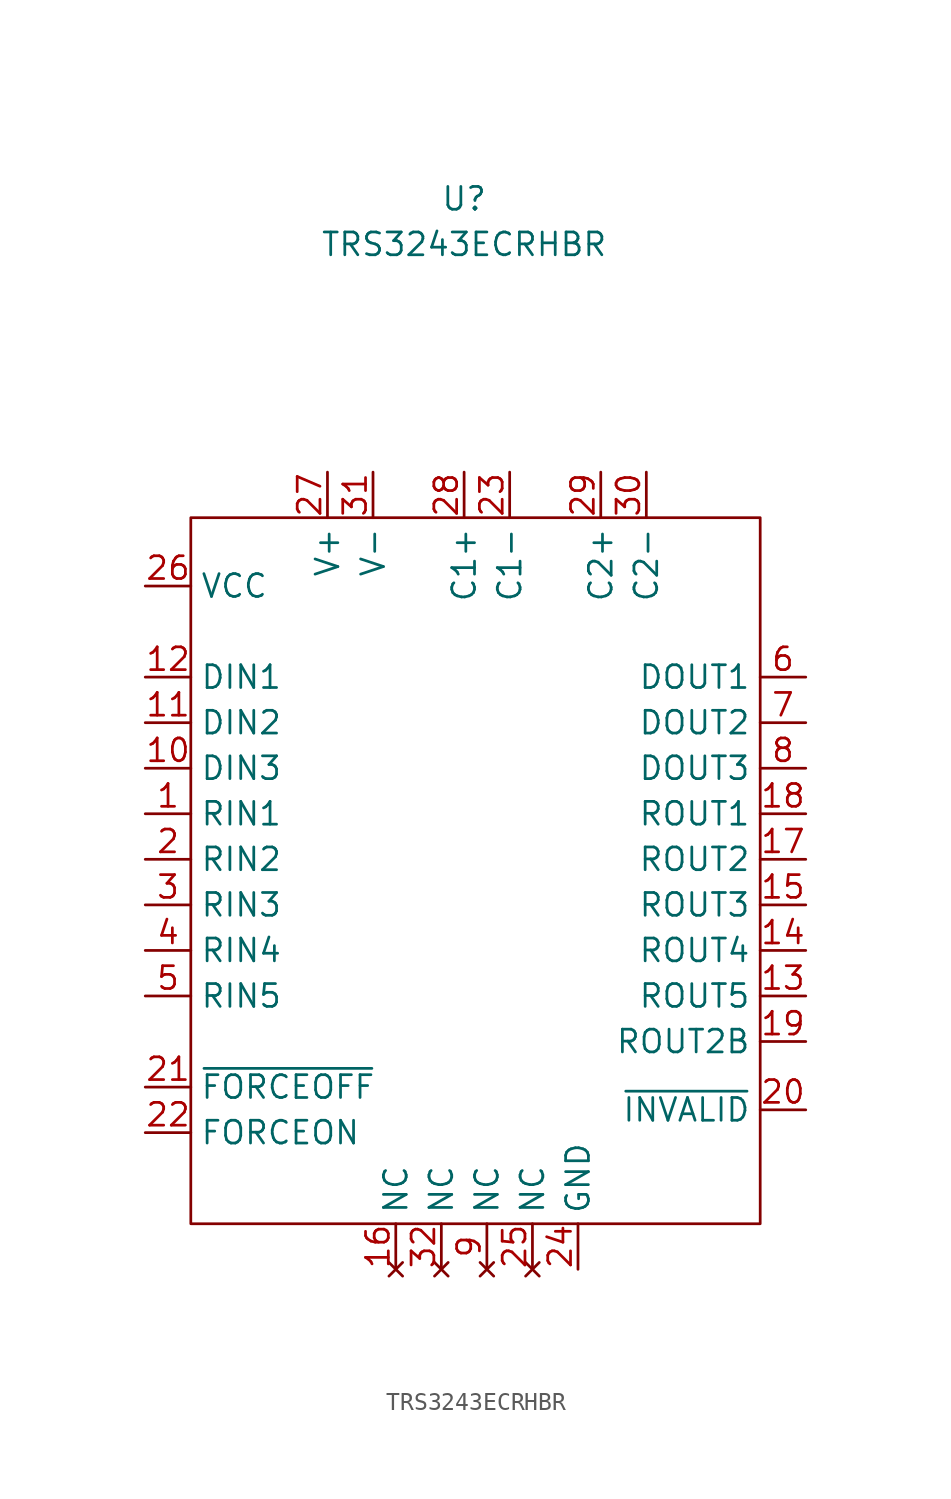
<source format=kicad_sym>
(kicad_symbol_lib
  (version 20211014)
  (generator kicad_symbol_editor)
  (symbol "TRS3243ECRHBR"
    (property "Reference" "U"
      (at -1.27 38.1 0)
      (effects (font (size 1.27 1.27))))
    (property "Value" "TRS3243ECRHBR"
      (at -1.27 35.56 0)
      (effects (font (size 1.27 1.27))))
    (symbol "TRS3243ECRHBR_0_1"
      (rectangle (start -16.51 20.32) (end 15.24 -19.05) (stroke (width 0.152) (type default) (color 0 0 0 0)) (fill (type none))))
    (symbol "TRS3243ECRHBR_1_1"
      (pin input line (at -19.05 3.81 0) (length 2.54) (name "RIN1" (effects (font (size 1.27 1.27)))) (number "1" (effects (font (size 1.27 1.27)))))
      (pin input line (at -19.05 6.35 0) (length 2.54) (name "DIN3" (effects (font (size 1.27 1.27)))) (number "10" (effects (font (size 1.27 1.27)))))
      (pin input line (at -19.05 8.89 0) (length 2.54) (name "DIN2" (effects (font (size 1.27 1.27)))) (number "11" (effects (font (size 1.27 1.27)))))
      (pin input line (at -19.05 11.43 0) (length 2.54) (name "DIN1" (effects (font (size 1.27 1.27)))) (number "12" (effects (font (size 1.27 1.27)))))
      (pin output line (at 17.78 -6.35 180) (length 2.54) (name "ROUT5" (effects (font (size 1.27 1.27)))) (number "13" (effects (font (size 1.27 1.27)))))
      (pin output line (at 17.78 -3.81 180) (length 2.54) (name "ROUT4" (effects (font (size 1.27 1.27)))) (number "14" (effects (font (size 1.27 1.27)))))
      (pin output line (at 17.78 -1.27 180) (length 2.54) (name "ROUT3" (effects (font (size 1.27 1.27)))) (number "15" (effects (font (size 1.27 1.27)))))
      (pin no_connect line (at -5.08 -21.59 90) (length 2.54) (name "NC" (effects (font (size 1.27 1.27)))) (number "16" (effects (font (size 1.27 1.27)))))
      (pin output line (at 17.78 1.27 180) (length 2.54) (name "ROUT2" (effects (font (size 1.27 1.27)))) (number "17" (effects (font (size 1.27 1.27)))))
      (pin output line (at 17.78 3.81 180) (length 2.54) (name "ROUT1" (effects (font (size 1.27 1.27)))) (number "18" (effects (font (size 1.27 1.27)))))
      (pin output line (at 17.78 -8.89 180) (length 2.54) (name "ROUT2B" (effects (font (size 1.27 1.27)))) (number "19" (effects (font (size 1.27 1.27)))))
      (pin input line (at -19.05 1.27 0) (length 2.54) (name "RIN2" (effects (font (size 1.27 1.27)))) (number "2" (effects (font (size 1.27 1.27)))))
      (pin output line (at 17.78 -12.7 180) (length 2.54) (name "~{INVALID}" (effects (font (size 1.27 1.27)))) (number "20" (effects (font (size 1.27 1.27)))))
      (pin input line (at -19.05 -11.43 0) (length 2.54) (name "~{FORCEOFF}" (effects (font (size 1.27 1.27)))) (number "21" (effects (font (size 1.27 1.27)))))
      (pin input line (at -19.05 -13.97 0) (length 2.54) (name "FORCEON" (effects (font (size 1.27 1.27)))) (number "22" (effects (font (size 1.27 1.27)))))
      (pin bidirectional line (at 1.27 22.86 270) (length 2.54) (name "C1-" (effects (font (size 1.27 1.27)))) (number "23" (effects (font (size 1.27 1.27)))))
      (pin power_out line (at 5.08 -21.59 90) (length 2.54) (name "GND" (effects (font (size 1.27 1.27)))) (number "24" (effects (font (size 1.27 1.27)))))
      (pin no_connect line (at 2.54 -21.59 90) (length 2.54) (name "NC" (effects (font (size 1.27 1.27)))) (number "25" (effects (font (size 1.27 1.27)))))
      (pin power_in line (at -19.05 16.51 0) (length 2.54) (name "VCC" (effects (font (size 1.27 1.27)))) (number "26" (effects (font (size 1.27 1.27)))))
      (pin bidirectional line (at -8.89 22.86 270) (length 2.54) (name "V+" (effects (font (size 1.27 1.27)))) (number "27" (effects (font (size 1.27 1.27)))))
      (pin bidirectional line (at -1.27 22.86 270) (length 2.54) (name "C1+" (effects (font (size 1.27 1.27)))) (number "28" (effects (font (size 1.27 1.27)))))
      (pin bidirectional line (at 6.35 22.86 270) (length 2.54) (name "C2+" (effects (font (size 1.27 1.27)))) (number "29" (effects (font (size 1.27 1.27)))))
      (pin input line (at -19.05 -1.27 0) (length 2.54) (name "RIN3" (effects (font (size 1.27 1.27)))) (number "3" (effects (font (size 1.27 1.27)))))
      (pin bidirectional line (at 8.89 22.86 270) (length 2.54) (name "C2-" (effects (font (size 1.27 1.27)))) (number "30" (effects (font (size 1.27 1.27)))))
      (pin bidirectional line (at -6.35 22.86 270) (length 2.54) (name "V-" (effects (font (size 1.27 1.27)))) (number "31" (effects (font (size 1.27 1.27)))))
      (pin no_connect line (at -2.54 -21.59 90) (length 2.54) (name "NC" (effects (font (size 1.27 1.27)))) (number "32" (effects (font (size 1.27 1.27)))))
      (pin input line (at -19.05 -3.81 0) (length 2.54) (name "RIN4" (effects (font (size 1.27 1.27)))) (number "4" (effects (font (size 1.27 1.27)))))
      (pin input line (at -19.05 -6.35 0) (length 2.54) (name "RIN5" (effects (font (size 1.27 1.27)))) (number "5" (effects (font (size 1.27 1.27)))))
      (pin output line (at 17.78 11.43 180) (length 2.54) (name "DOUT1" (effects (font (size 1.27 1.27)))) (number "6" (effects (font (size 1.27 1.27)))))
      (pin output line (at 17.78 8.89 180) (length 2.54) (name "DOUT2" (effects (font (size 1.27 1.27)))) (number "7" (effects (font (size 1.27 1.27)))))
      (pin output line (at 17.78 6.35 180) (length 2.54) (name "DOUT3" (effects (font (size 1.27 1.27)))) (number "8" (effects (font (size 1.27 1.27)))))
      (pin no_connect line (at 0 -21.59 90) (length 2.54) (name "NC" (effects (font (size 1.27 1.27)))) (number "9" (effects (font (size 1.27 1.27))))))))
</source>
